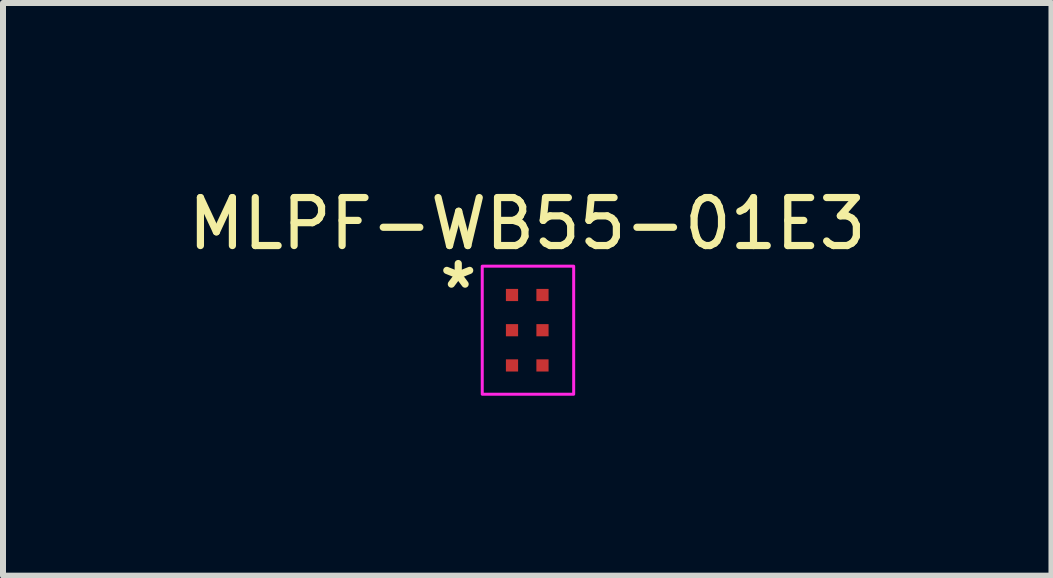
<source format=kicad_pcb>
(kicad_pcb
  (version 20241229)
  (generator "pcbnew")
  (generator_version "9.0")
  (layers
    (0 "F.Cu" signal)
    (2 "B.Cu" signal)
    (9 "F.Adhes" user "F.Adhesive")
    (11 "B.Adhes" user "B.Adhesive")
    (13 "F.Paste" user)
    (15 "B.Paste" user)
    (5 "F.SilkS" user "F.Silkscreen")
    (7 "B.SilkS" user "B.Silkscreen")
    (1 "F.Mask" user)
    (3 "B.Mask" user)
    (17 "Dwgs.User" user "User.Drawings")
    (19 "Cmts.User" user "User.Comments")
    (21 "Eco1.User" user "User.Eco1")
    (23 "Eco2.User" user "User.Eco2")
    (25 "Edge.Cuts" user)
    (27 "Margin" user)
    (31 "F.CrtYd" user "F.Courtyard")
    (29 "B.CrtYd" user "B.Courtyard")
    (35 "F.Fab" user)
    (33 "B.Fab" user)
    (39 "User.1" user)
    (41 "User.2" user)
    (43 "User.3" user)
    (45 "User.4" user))
  (footprint "MLPF-WB55-01E3"
    (layer "F.Cu")
    (at 5.738 2.454)
    (property "Reference" "MLPF-WB55-01E3" (at 0 -1.775 0) (layer "F.SilkS") (effects (font (size 0.8 0.8) (thickness 0.12))))
    (attr through_hole)
    (fp_rect (start -0.75 -1.067) (end 0.774 1.067) (stroke (width 0.05) (type solid)) (fill no) (layer "F.CrtYd"))
    (fp_text user "*" (at -1.15 -0.675 0) (layer "F.SilkS") (effects (font (size 0.8 0.8) (thickness 0.12))))
    (pad "1" smd rect (at -0.254 -0.587) (size 0.203 0.203) (layers "F.Cu" "F.Mask" "F.Paste"))
    (pad "2" smd rect (at -0.254 0) (size 0.203 0.203) (layers "F.Cu" "F.Mask" "F.Paste"))
    (pad "3" smd rect (at -0.254 0.587) (size 0.203 0.203) (layers "F.Cu" "F.Mask" "F.Paste"))
    (pad "4" smd rect (at 0.254 0.587) (size 0.203 0.203) (layers "F.Cu" "F.Mask" "F.Paste"))
    (pad "5" smd rect (at 0.254 0) (size 0.203 0.203) (layers "F.Cu" "F.Mask" "F.Paste"))
    (pad "6" smd rect (at 0.254 -0.587) (size 0.203 0.203) (layers "F.Cu" "F.Mask" "F.Paste")))
  (gr_rect
    (start -3 -3)
    (end 14.476 6.545)
    (stroke (width 0.1) (type default))
    (fill no)
    (layer "Edge.Cuts")))
</source>
